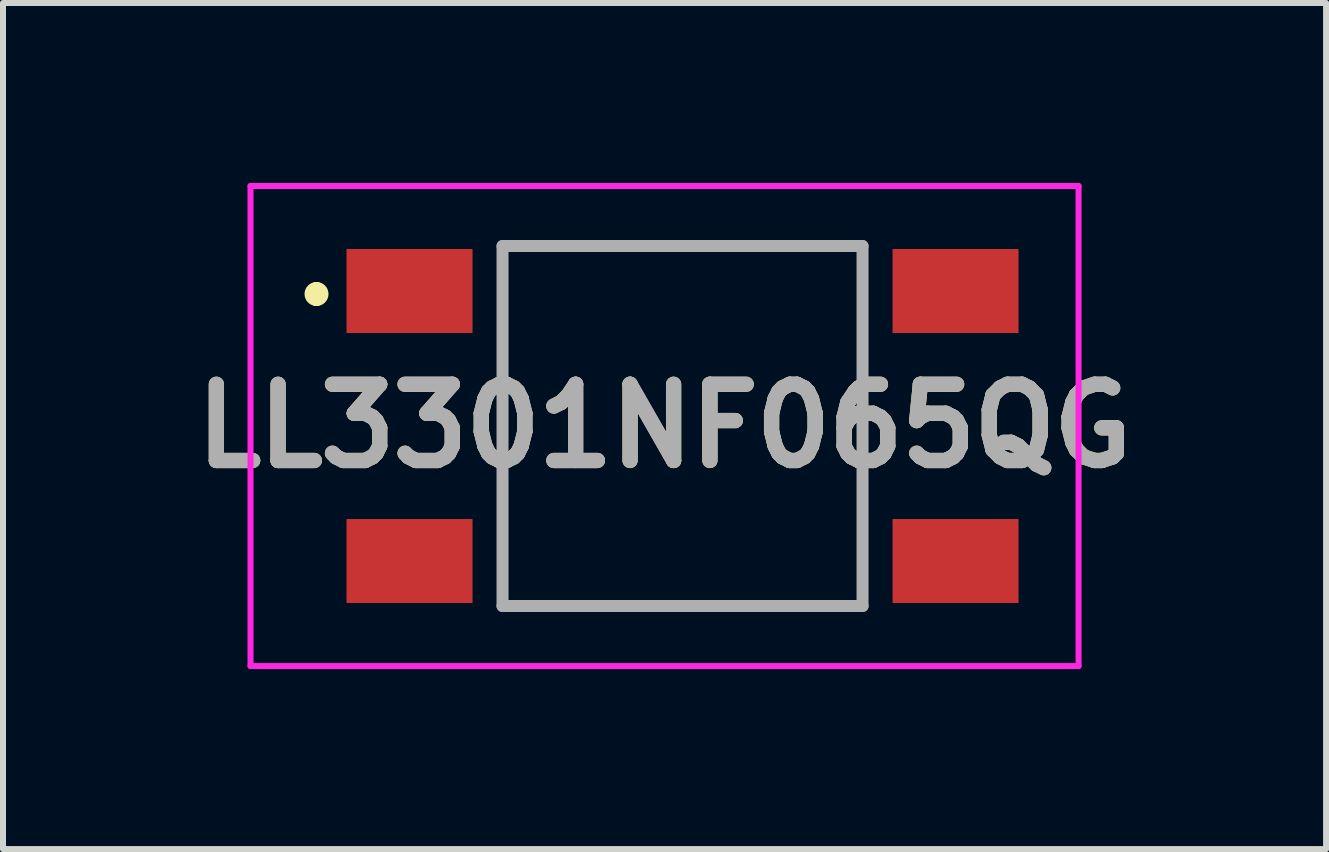
<source format=kicad_pcb>
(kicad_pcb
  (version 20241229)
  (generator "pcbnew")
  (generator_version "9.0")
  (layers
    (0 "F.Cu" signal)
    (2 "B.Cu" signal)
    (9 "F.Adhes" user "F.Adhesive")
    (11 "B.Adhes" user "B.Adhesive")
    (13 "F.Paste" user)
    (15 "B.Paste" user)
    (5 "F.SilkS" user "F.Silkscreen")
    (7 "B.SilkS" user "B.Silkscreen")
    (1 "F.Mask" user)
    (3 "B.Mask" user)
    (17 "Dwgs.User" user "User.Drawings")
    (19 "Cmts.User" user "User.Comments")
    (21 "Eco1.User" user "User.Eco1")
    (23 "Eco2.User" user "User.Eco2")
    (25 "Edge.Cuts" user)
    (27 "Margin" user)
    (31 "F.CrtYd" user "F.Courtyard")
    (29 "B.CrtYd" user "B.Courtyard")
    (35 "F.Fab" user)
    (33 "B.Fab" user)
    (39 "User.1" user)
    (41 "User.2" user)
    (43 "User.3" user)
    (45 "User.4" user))
  (footprint "LL3301NF065QG"
    (layer "F.Cu")
    (at 8.325 4.05)
    (property "Reference" "LL3301NF065QG" (at -0.3 0 0) (layer "F.SilkS") (effects (font (size 1.27 1.27) (thickness 0.254))))
    (attr smd)
    (fp_line (start -6.1 -2.3) (end -6.1 -2.3) (stroke (width 0.2) (type solid)) (layer "F.SilkS"))
    (fp_line (start -6.1 -2.1) (end -6.1 -2.1) (stroke (width 0.2) (type solid)) (layer "F.SilkS"))
    (fp_line (start -3 -3) (end 3 -3) (stroke (width 0.1) (type solid)) (layer "F.SilkS"))
    (fp_line (start -3 3) (end -3 -3) (stroke (width 0.1) (type solid)) (layer "F.SilkS"))
    (fp_line (start 3 -3) (end 3 3) (stroke (width 0.1) (type solid)) (layer "F.SilkS"))
    (fp_line (start 3 3) (end -3 3) (stroke (width 0.1) (type solid)) (layer "F.SilkS"))
    (fp_arc (start -6.1 -2.3) (mid -6 -2.2) (end -6.1 -2.1) (stroke (width 0.2) (type solid)) (layer "F.SilkS"))
    (fp_arc (start -6.1 -2.1) (mid -6.2 -2.2) (end -6.1 -2.3) (stroke (width 0.2) (type solid)) (layer "F.SilkS"))
    (fp_line (start -7.2 -4) (end 6.6 -4) (stroke (width 0.1) (type solid)) (layer "F.CrtYd"))
    (fp_line (start -7.2 4) (end -7.2 -4) (stroke (width 0.1) (type solid)) (layer "F.CrtYd"))
    (fp_line (start 6.6 -4) (end 6.6 4) (stroke (width 0.1) (type solid)) (layer "F.CrtYd"))
    (fp_line (start 6.6 4) (end -7.2 4) (stroke (width 0.1) (type solid)) (layer "F.CrtYd"))
    (fp_line (start -3 -3) (end 3 -3) (stroke (width 0.2) (type solid)) (layer "F.Fab"))
    (fp_line (start -3 3) (end -3 -3) (stroke (width 0.2) (type solid)) (layer "F.Fab"))
    (fp_line (start 3 -3) (end 3 3) (stroke (width 0.2) (type solid)) (layer "F.Fab"))
    (fp_line (start 3 3) (end -3 3) (stroke (width 0.2) (type solid)) (layer "F.Fab"))
    (fp_text user "${REFERENCE}" (at -0.3 0 0) (layer "F.Fab") (effects (font (size 1.27 1.27) (thickness 0.254))))
    (pad "1" smd rect (at -4.55 -2.25 90) (size 1.4 2.1) (layers "F.Cu" "F.Mask" "F.Paste"))
    (pad "2" smd rect (at 4.55 -2.25 90) (size 1.4 2.1) (layers "F.Cu" "F.Mask" "F.Paste"))
    (pad "3" smd rect (at -4.55 2.25 90) (size 1.4 2.1) (layers "F.Cu" "F.Mask" "F.Paste"))
    (pad "4" smd rect (at 4.55 2.25 90) (size 1.4 2.1) (layers "F.Cu" "F.Mask" "F.Paste")))
  (gr_rect
    (start -3 -3)
    (end 19.05 11.1)
    (stroke (width 0.1) (type default))
    (fill no)
    (layer "Edge.Cuts")))
</source>
